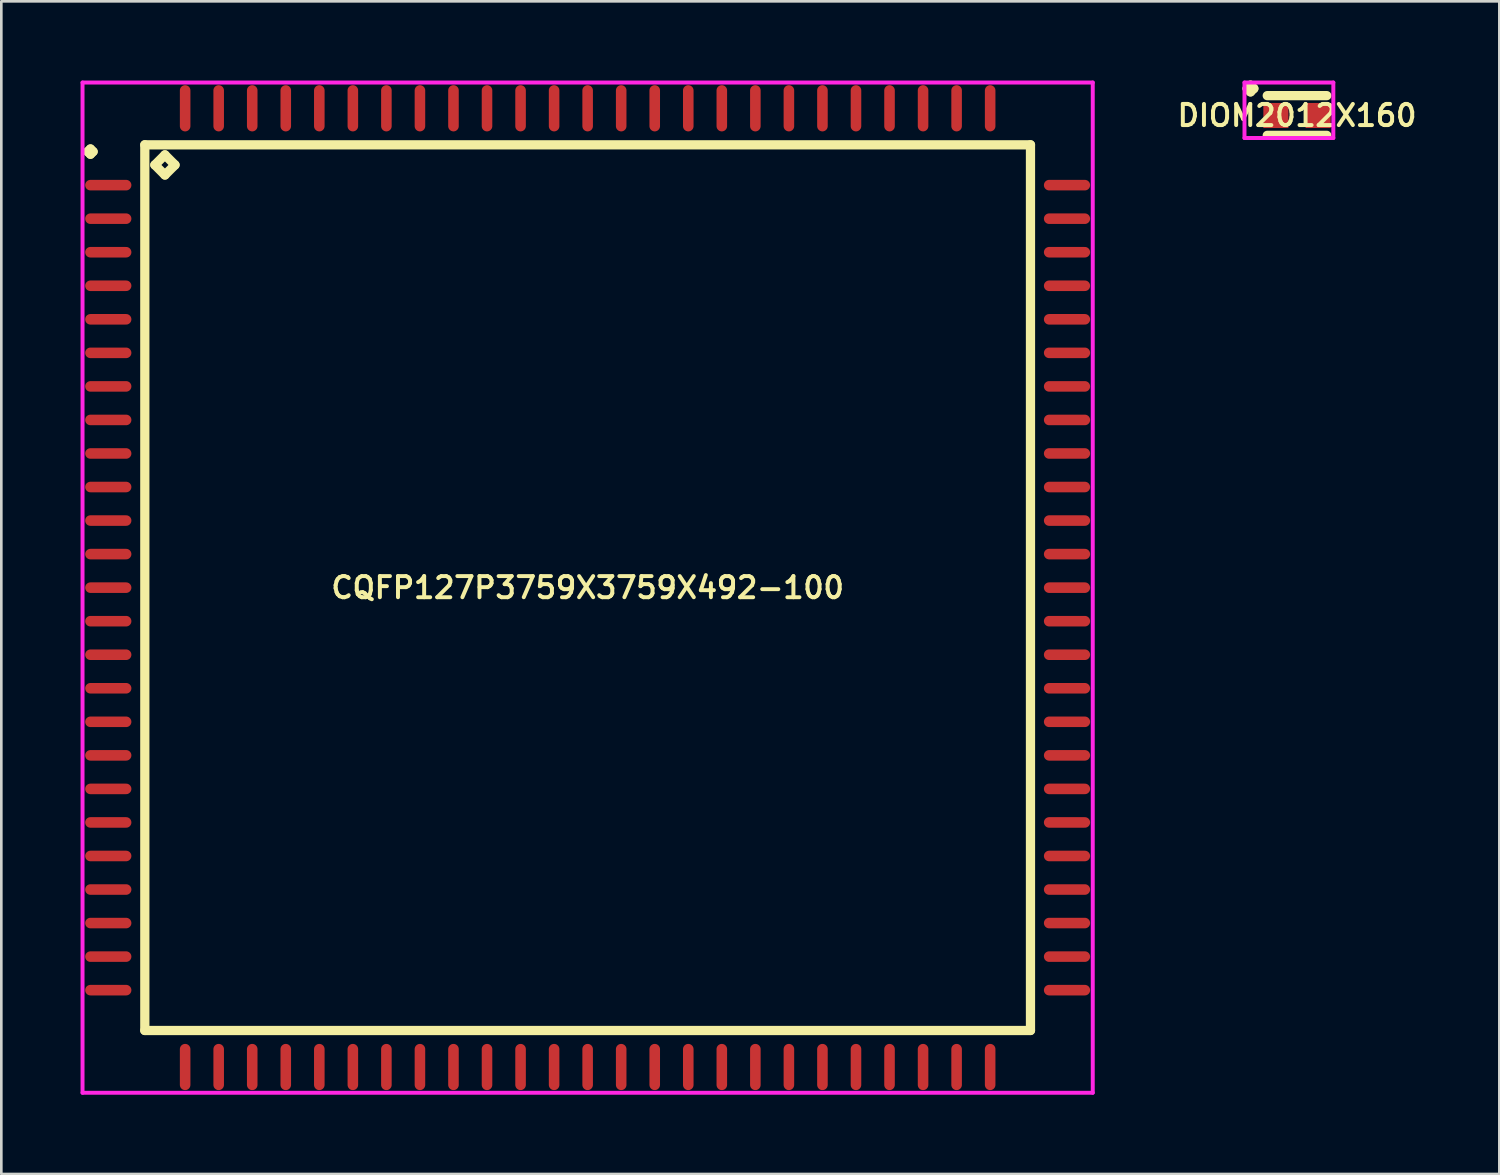
<source format=kicad_pcb>
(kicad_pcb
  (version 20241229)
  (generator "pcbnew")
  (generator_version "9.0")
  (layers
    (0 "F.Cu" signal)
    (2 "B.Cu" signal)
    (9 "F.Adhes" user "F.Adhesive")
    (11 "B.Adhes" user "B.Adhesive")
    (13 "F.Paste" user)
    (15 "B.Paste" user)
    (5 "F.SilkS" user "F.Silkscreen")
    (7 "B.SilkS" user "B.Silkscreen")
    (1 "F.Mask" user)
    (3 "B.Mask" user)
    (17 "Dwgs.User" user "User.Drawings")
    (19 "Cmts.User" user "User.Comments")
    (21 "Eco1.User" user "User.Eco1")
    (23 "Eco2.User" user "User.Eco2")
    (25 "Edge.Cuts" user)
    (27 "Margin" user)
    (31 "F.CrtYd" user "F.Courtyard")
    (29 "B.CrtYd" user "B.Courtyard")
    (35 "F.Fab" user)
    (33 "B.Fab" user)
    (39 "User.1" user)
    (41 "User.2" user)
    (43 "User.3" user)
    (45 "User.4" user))
  (footprint "DIOM2012X160"
    (layer "F.Cu")
    (at 46.059 1.323)
    (property "Reference" "DIOM2012X160" (at 0 0 0) (layer "F.SilkS") (effects (font (size 0.8 0.8) (thickness 0.15))))
    (attr smd)
    (fp_line (start -1.889 -1.021) (end -1.762 -1.148) (stroke (width 0.35) (type solid)) (layer "F.SilkS"))
    (fp_line (start -1.762 -1.148) (end -1.635 -1.021) (stroke (width 0.35) (type solid)) (layer "F.SilkS"))
    (fp_line (start -1.762 -0.894) (end -1.889 -1.021) (stroke (width 0.35) (type solid)) (layer "F.SilkS"))
    (fp_line (start -1.635 -1.021) (end -1.762 -0.894) (stroke (width 0.35) (type solid)) (layer "F.SilkS"))
    (fp_line (start -1.127 -0.752) (end 1.127 -0.752) (stroke (width 0.35) (type solid)) (layer "F.SilkS"))
    (fp_line (start -1.127 0.752) (end 1.127 0.752) (stroke (width 0.35) (type solid)) (layer "F.SilkS"))
    (fp_line (start -1.989 -1.248) (end 1.375 -1.248) (stroke (width 0.15) (type solid)) (layer "F.CrtYd"))
    (fp_line (start -1.989 0.852) (end -1.989 -1.248) (stroke (width 0.15) (type solid)) (layer "F.CrtYd"))
    (fp_line (start 1.375 -1.248) (end 1.375 0.852) (stroke (width 0.15) (type solid)) (layer "F.CrtYd"))
    (fp_line (start 1.375 0.852) (end -1.989 0.852) (stroke (width 0.15) (type solid)) (layer "F.CrtYd"))
    (pad "1" smd rect (at -0.8 0) (size 0.95 0.95) (layers "F.Cu" "F.Mask" "F.Paste"))
    (pad "2" smd rect (at 0.8 0) (size 0.95 0.95) (layers "F.Cu" "F.Mask" "F.Paste")))
  (footprint "CQFP127P3759X3759X492-100"
    (layer "F.Cu")
    (at 19.2 19.2)
    (property "Reference" "CQFP127P3759X3759X492-100" (at 0 0 0) (layer "F.SilkS") (effects (font (size 0.8 0.8) (thickness 0.15))))
    (attr through_hole)
    (fp_line (start -18.925 -16.51) (end -18.825 -16.61) (stroke (width 0.35) (type solid)) (layer "F.SilkS"))
    (fp_line (start -18.825 -16.61) (end -18.725 -16.51) (stroke (width 0.35) (type solid)) (layer "F.SilkS"))
    (fp_line (start -18.825 -16.41) (end -18.925 -16.51) (stroke (width 0.35) (type solid)) (layer "F.SilkS"))
    (fp_line (start -18.725 -16.51) (end -18.825 -16.41) (stroke (width 0.35) (type solid)) (layer "F.SilkS"))
    (fp_line (start -16.767 -16.767) (end -16.767 16.767) (stroke (width 0.35) (type solid)) (layer "F.SilkS"))
    (fp_line (start -16.767 16.767) (end 16.767 16.767) (stroke (width 0.35) (type solid)) (layer "F.SilkS"))
    (fp_line (start -16.386 -16.005) (end -16.005 -16.386) (stroke (width 0.35) (type solid)) (layer "F.SilkS"))
    (fp_line (start -16.005 -16.386) (end -15.624 -16.005) (stroke (width 0.35) (type solid)) (layer "F.SilkS"))
    (fp_line (start -16.005 -15.624) (end -16.386 -16.005) (stroke (width 0.35) (type solid)) (layer "F.SilkS"))
    (fp_line (start -15.624 -16.005) (end -16.005 -15.624) (stroke (width 0.35) (type solid)) (layer "F.SilkS"))
    (fp_line (start 16.767 -16.767) (end -16.767 -16.767) (stroke (width 0.35) (type solid)) (layer "F.SilkS"))
    (fp_line (start 16.767 16.767) (end 16.767 -16.767) (stroke (width 0.35) (type solid)) (layer "F.SilkS"))
    (fp_line (start -19.125 -19.125) (end 19.125 -19.125) (stroke (width 0.15) (type solid)) (layer "F.CrtYd"))
    (fp_line (start -19.125 19.125) (end -19.125 -19.125) (stroke (width 0.15) (type solid)) (layer "F.CrtYd"))
    (fp_line (start 19.125 -19.125) (end 19.125 19.125) (stroke (width 0.15) (type solid)) (layer "F.CrtYd"))
    (fp_line (start 19.125 19.125) (end -19.125 19.125) (stroke (width 0.15) (type solid)) (layer "F.CrtYd"))
    (pad "1" smd oval (at -18.15 -15.24) (size 1.75 0.4) (layers "F.Cu" "F.Mask" "F.Paste"))
    (pad "2" smd oval (at -18.15 -13.97) (size 1.75 0.4) (layers "F.Cu" "F.Mask" "F.Paste"))
    (pad "3" smd oval (at -18.15 -12.7) (size 1.75 0.4) (layers "F.Cu" "F.Mask" "F.Paste"))
    (pad "4" smd oval (at -18.15 -11.43) (size 1.75 0.4) (layers "F.Cu" "F.Mask" "F.Paste"))
    (pad "5" smd oval (at -18.15 -10.16) (size 1.75 0.4) (layers "F.Cu" "F.Mask" "F.Paste"))
    (pad "6" smd oval (at -18.15 -8.89) (size 1.75 0.4) (layers "F.Cu" "F.Mask" "F.Paste"))
    (pad "7" smd oval (at -18.15 -7.62) (size 1.75 0.4) (layers "F.Cu" "F.Mask" "F.Paste"))
    (pad "8" smd oval (at -18.15 -6.35) (size 1.75 0.4) (layers "F.Cu" "F.Mask" "F.Paste"))
    (pad "9" smd oval (at -18.15 -5.08) (size 1.75 0.4) (layers "F.Cu" "F.Mask" "F.Paste"))
    (pad "10" smd oval (at -18.15 -3.81) (size 1.75 0.4) (layers "F.Cu" "F.Mask" "F.Paste"))
    (pad "11" smd oval (at -18.15 -2.54) (size 1.75 0.4) (layers "F.Cu" "F.Mask" "F.Paste"))
    (pad "12" smd oval (at -18.15 -1.27) (size 1.75 0.4) (layers "F.Cu" "F.Mask" "F.Paste"))
    (pad "13" smd oval (at -18.15 0) (size 1.75 0.4) (layers "F.Cu" "F.Mask" "F.Paste"))
    (pad "14" smd oval (at -18.15 1.27) (size 1.75 0.4) (layers "F.Cu" "F.Mask" "F.Paste"))
    (pad "15" smd oval (at -18.15 2.54) (size 1.75 0.4) (layers "F.Cu" "F.Mask" "F.Paste"))
    (pad "16" smd oval (at -18.15 3.81) (size 1.75 0.4) (layers "F.Cu" "F.Mask" "F.Paste"))
    (pad "17" smd oval (at -18.15 5.08) (size 1.75 0.4) (layers "F.Cu" "F.Mask" "F.Paste"))
    (pad "18" smd oval (at -18.15 6.35) (size 1.75 0.4) (layers "F.Cu" "F.Mask" "F.Paste"))
    (pad "19" smd oval (at -18.15 7.62) (size 1.75 0.4) (layers "F.Cu" "F.Mask" "F.Paste"))
    (pad "20" smd oval (at -18.15 8.89) (size 1.75 0.4) (layers "F.Cu" "F.Mask" "F.Paste"))
    (pad "21" smd oval (at -18.15 10.16) (size 1.75 0.4) (layers "F.Cu" "F.Mask" "F.Paste"))
    (pad "22" smd oval (at -18.15 11.43) (size 1.75 0.4) (layers "F.Cu" "F.Mask" "F.Paste"))
    (pad "23" smd oval (at -18.15 12.7) (size 1.75 0.4) (layers "F.Cu" "F.Mask" "F.Paste"))
    (pad "24" smd oval (at -18.15 13.97) (size 1.75 0.4) (layers "F.Cu" "F.Mask" "F.Paste"))
    (pad "25" smd oval (at -18.15 15.24) (size 1.75 0.4) (layers "F.Cu" "F.Mask" "F.Paste"))
    (pad "26" smd oval (at -15.24 18.15) (size 0.4 1.75) (layers "F.Cu" "F.Mask" "F.Paste"))
    (pad "27" smd oval (at -13.97 18.15) (size 0.4 1.75) (layers "F.Cu" "F.Mask" "F.Paste"))
    (pad "28" smd oval (at -12.7 18.15) (size 0.4 1.75) (layers "F.Cu" "F.Mask" "F.Paste"))
    (pad "29" smd oval (at -11.43 18.15) (size 0.4 1.75) (layers "F.Cu" "F.Mask" "F.Paste"))
    (pad "30" smd oval (at -10.16 18.15) (size 0.4 1.75) (layers "F.Cu" "F.Mask" "F.Paste"))
    (pad "31" smd oval (at -8.89 18.15) (size 0.4 1.75) (layers "F.Cu" "F.Mask" "F.Paste"))
    (pad "32" smd oval (at -7.62 18.15) (size 0.4 1.75) (layers "F.Cu" "F.Mask" "F.Paste"))
    (pad "33" smd oval (at -6.35 18.15) (size 0.4 1.75) (layers "F.Cu" "F.Mask" "F.Paste"))
    (pad "34" smd oval (at -5.08 18.15) (size 0.4 1.75) (layers "F.Cu" "F.Mask" "F.Paste"))
    (pad "35" smd oval (at -3.81 18.15) (size 0.4 1.75) (layers "F.Cu" "F.Mask" "F.Paste"))
    (pad "36" smd oval (at -2.54 18.15) (size 0.4 1.75) (layers "F.Cu" "F.Mask" "F.Paste"))
    (pad "37" smd oval (at -1.27 18.15) (size 0.4 1.75) (layers "F.Cu" "F.Mask" "F.Paste"))
    (pad "38" smd oval (at 0 18.15) (size 0.4 1.75) (layers "F.Cu" "F.Mask" "F.Paste"))
    (pad "39" smd oval (at 1.27 18.15) (size 0.4 1.75) (layers "F.Cu" "F.Mask" "F.Paste"))
    (pad "40" smd oval (at 2.54 18.15) (size 0.4 1.75) (layers "F.Cu" "F.Mask" "F.Paste"))
    (pad "41" smd oval (at 3.81 18.15) (size 0.4 1.75) (layers "F.Cu" "F.Mask" "F.Paste"))
    (pad "42" smd oval (at 5.08 18.15) (size 0.4 1.75) (layers "F.Cu" "F.Mask" "F.Paste"))
    (pad "43" smd oval (at 6.35 18.15) (size 0.4 1.75) (layers "F.Cu" "F.Mask" "F.Paste"))
    (pad "44" smd oval (at 7.62 18.15) (size 0.4 1.75) (layers "F.Cu" "F.Mask" "F.Paste"))
    (pad "45" smd oval (at 8.89 18.15) (size 0.4 1.75) (layers "F.Cu" "F.Mask" "F.Paste"))
    (pad "46" smd oval (at 10.16 18.15) (size 0.4 1.75) (layers "F.Cu" "F.Mask" "F.Paste"))
    (pad "47" smd oval (at 11.43 18.15) (size 0.4 1.75) (layers "F.Cu" "F.Mask" "F.Paste"))
    (pad "48" smd oval (at 12.7 18.15) (size 0.4 1.75) (layers "F.Cu" "F.Mask" "F.Paste"))
    (pad "49" smd oval (at 13.97 18.15) (size 0.4 1.75) (layers "F.Cu" "F.Mask" "F.Paste"))
    (pad "50" smd oval (at 15.24 18.15) (size 0.4 1.75) (layers "F.Cu" "F.Mask" "F.Paste"))
    (pad "51" smd oval (at 18.15 15.24) (size 1.75 0.4) (layers "F.Cu" "F.Mask" "F.Paste"))
    (pad "52" smd oval (at 18.15 13.97) (size 1.75 0.4) (layers "F.Cu" "F.Mask" "F.Paste"))
    (pad "53" smd oval (at 18.15 12.7) (size 1.75 0.4) (layers "F.Cu" "F.Mask" "F.Paste"))
    (pad "54" smd oval (at 18.15 11.43) (size 1.75 0.4) (layers "F.Cu" "F.Mask" "F.Paste"))
    (pad "55" smd oval (at 18.15 10.16) (size 1.75 0.4) (layers "F.Cu" "F.Mask" "F.Paste"))
    (pad "56" smd oval (at 18.15 8.89) (size 1.75 0.4) (layers "F.Cu" "F.Mask" "F.Paste"))
    (pad "57" smd oval (at 18.15 7.62) (size 1.75 0.4) (layers "F.Cu" "F.Mask" "F.Paste"))
    (pad "58" smd oval (at 18.15 6.35) (size 1.75 0.4) (layers "F.Cu" "F.Mask" "F.Paste"))
    (pad "59" smd oval (at 18.15 5.08) (size 1.75 0.4) (layers "F.Cu" "F.Mask" "F.Paste"))
    (pad "60" smd oval (at 18.15 3.81) (size 1.75 0.4) (layers "F.Cu" "F.Mask" "F.Paste"))
    (pad "61" smd oval (at 18.15 2.54) (size 1.75 0.4) (layers "F.Cu" "F.Mask" "F.Paste"))
    (pad "62" smd oval (at 18.15 1.27) (size 1.75 0.4) (layers "F.Cu" "F.Mask" "F.Paste"))
    (pad "63" smd oval (at 18.15 0) (size 1.75 0.4) (layers "F.Cu" "F.Mask" "F.Paste"))
    (pad "64" smd oval (at 18.15 -1.27) (size 1.75 0.4) (layers "F.Cu" "F.Mask" "F.Paste"))
    (pad "65" smd oval (at 18.15 -2.54) (size 1.75 0.4) (layers "F.Cu" "F.Mask" "F.Paste"))
    (pad "66" smd oval (at 18.15 -3.81) (size 1.75 0.4) (layers "F.Cu" "F.Mask" "F.Paste"))
    (pad "67" smd oval (at 18.15 -5.08) (size 1.75 0.4) (layers "F.Cu" "F.Mask" "F.Paste"))
    (pad "68" smd oval (at 18.15 -6.35) (size 1.75 0.4) (layers "F.Cu" "F.Mask" "F.Paste"))
    (pad "69" smd oval (at 18.15 -7.62) (size 1.75 0.4) (layers "F.Cu" "F.Mask" "F.Paste"))
    (pad "70" smd oval (at 18.15 -8.89) (size 1.75 0.4) (layers "F.Cu" "F.Mask" "F.Paste"))
    (pad "71" smd oval (at 18.15 -10.16) (size 1.75 0.4) (layers "F.Cu" "F.Mask" "F.Paste"))
    (pad "72" smd oval (at 18.15 -11.43) (size 1.75 0.4) (layers "F.Cu" "F.Mask" "F.Paste"))
    (pad "73" smd oval (at 18.15 -12.7) (size 1.75 0.4) (layers "F.Cu" "F.Mask" "F.Paste"))
    (pad "74" smd oval (at 18.15 -13.97) (size 1.75 0.4) (layers "F.Cu" "F.Mask" "F.Paste"))
    (pad "75" smd oval (at 18.15 -15.24) (size 1.75 0.4) (layers "F.Cu" "F.Mask" "F.Paste"))
    (pad "76" smd oval (at 15.24 -18.15) (size 0.4 1.75) (layers "F.Cu" "F.Mask" "F.Paste"))
    (pad "77" smd oval (at 13.97 -18.15) (size 0.4 1.75) (layers "F.Cu" "F.Mask" "F.Paste"))
    (pad "78" smd oval (at 12.7 -18.15) (size 0.4 1.75) (layers "F.Cu" "F.Mask" "F.Paste"))
    (pad "79" smd oval (at 11.43 -18.15) (size 0.4 1.75) (layers "F.Cu" "F.Mask" "F.Paste"))
    (pad "80" smd oval (at 10.16 -18.15) (size 0.4 1.75) (layers "F.Cu" "F.Mask" "F.Paste"))
    (pad "81" smd oval (at 8.89 -18.15) (size 0.4 1.75) (layers "F.Cu" "F.Mask" "F.Paste"))
    (pad "82" smd oval (at 7.62 -18.15) (size 0.4 1.75) (layers "F.Cu" "F.Mask" "F.Paste"))
    (pad "83" smd oval (at 6.35 -18.15) (size 0.4 1.75) (layers "F.Cu" "F.Mask" "F.Paste"))
    (pad "84" smd oval (at 5.08 -18.15) (size 0.4 1.75) (layers "F.Cu" "F.Mask" "F.Paste"))
    (pad "85" smd oval (at 3.81 -18.15) (size 0.4 1.75) (layers "F.Cu" "F.Mask" "F.Paste"))
    (pad "86" smd oval (at 2.54 -18.15) (size 0.4 1.75) (layers "F.Cu" "F.Mask" "F.Paste"))
    (pad "87" smd oval (at 1.27 -18.15) (size 0.4 1.75) (layers "F.Cu" "F.Mask" "F.Paste"))
    (pad "88" smd oval (at 0 -18.15) (size 0.4 1.75) (layers "F.Cu" "F.Mask" "F.Paste"))
    (pad "89" smd oval (at -1.27 -18.15) (size 0.4 1.75) (layers "F.Cu" "F.Mask" "F.Paste"))
    (pad "90" smd oval (at -2.54 -18.15) (size 0.4 1.75) (layers "F.Cu" "F.Mask" "F.Paste"))
    (pad "91" smd oval (at -3.81 -18.15) (size 0.4 1.75) (layers "F.Cu" "F.Mask" "F.Paste"))
    (pad "92" smd oval (at -5.08 -18.15) (size 0.4 1.75) (layers "F.Cu" "F.Mask" "F.Paste"))
    (pad "93" smd oval (at -6.35 -18.15) (size 0.4 1.75) (layers "F.Cu" "F.Mask" "F.Paste"))
    (pad "94" smd oval (at -7.62 -18.15) (size 0.4 1.75) (layers "F.Cu" "F.Mask" "F.Paste"))
    (pad "95" smd oval (at -8.89 -18.15) (size 0.4 1.75) (layers "F.Cu" "F.Mask" "F.Paste"))
    (pad "96" smd oval (at -10.16 -18.15) (size 0.4 1.75) (layers "F.Cu" "F.Mask" "F.Paste"))
    (pad "97" smd oval (at -11.43 -18.15) (size 0.4 1.75) (layers "F.Cu" "F.Mask" "F.Paste"))
    (pad "98" smd oval (at -12.7 -18.15) (size 0.4 1.75) (layers "F.Cu" "F.Mask" "F.Paste"))
    (pad "99" smd oval (at -13.97 -18.15) (size 0.4 1.75) (layers "F.Cu" "F.Mask" "F.Paste"))
    (pad "100" smd oval (at -15.24 -18.15) (size 0.4 1.75) (layers "F.Cu" "F.Mask" "F.Paste")))
  (gr_rect
    (start -3 -3)
    (end 53.719 41.4)
    (stroke (width 0.1) (type default))
    (fill no)
    (layer "Edge.Cuts")))
</source>
